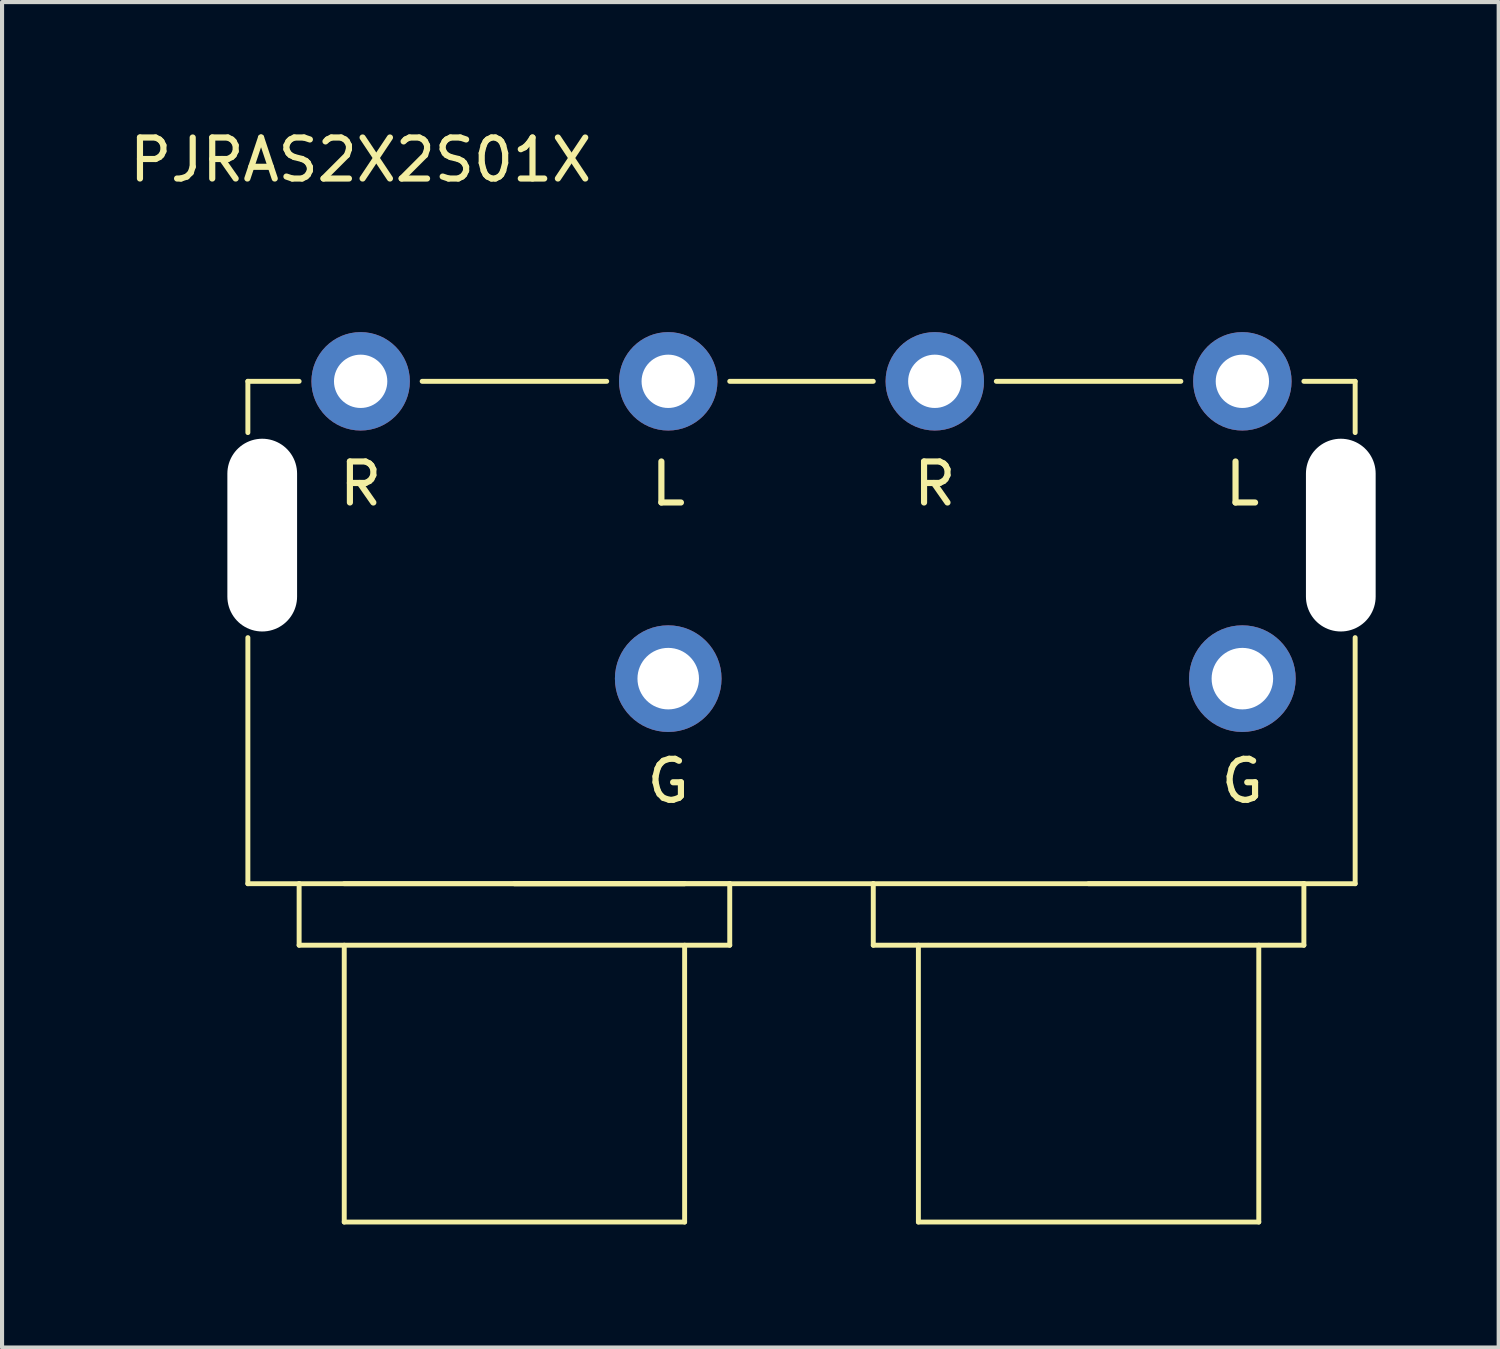
<source format=kicad_pcb>
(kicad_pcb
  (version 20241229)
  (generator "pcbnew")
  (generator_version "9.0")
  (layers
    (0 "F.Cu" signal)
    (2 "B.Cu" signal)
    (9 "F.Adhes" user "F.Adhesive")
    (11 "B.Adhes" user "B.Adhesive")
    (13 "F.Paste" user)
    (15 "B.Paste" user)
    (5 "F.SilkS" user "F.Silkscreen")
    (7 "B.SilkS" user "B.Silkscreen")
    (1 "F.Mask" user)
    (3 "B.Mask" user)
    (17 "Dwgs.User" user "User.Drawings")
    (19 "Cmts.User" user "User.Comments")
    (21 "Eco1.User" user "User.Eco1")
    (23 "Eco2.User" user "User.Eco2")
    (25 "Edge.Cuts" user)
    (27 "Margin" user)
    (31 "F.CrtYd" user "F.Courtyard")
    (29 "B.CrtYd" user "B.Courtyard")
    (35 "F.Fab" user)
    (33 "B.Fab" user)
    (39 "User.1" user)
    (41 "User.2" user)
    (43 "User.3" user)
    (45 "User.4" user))
  (footprint "PJRAS2X2S01X"
    (layer "F.Cu")
    (at 5.744 6.248)
    (property "Reference" "PJRAS2X2S01X" (at 0 -5.4 0) (layer "F.SilkS") (effects (font (size 1 1) (thickness 0.15))))
    (attr through_hole)
    (fp_line (start -2.75 1.25) (end -2.75 0) (stroke (width 0.12) (type solid)) (layer "F.SilkS"))
    (fp_line (start -2.75 6.25) (end -2.75 12.25) (stroke (width 0.12) (type solid)) (layer "F.SilkS"))
    (fp_line (start -2.75 12.25) (end -1.5 12.25) (stroke (width 0.12) (type solid)) (layer "F.SilkS"))
    (fp_line (start -1.5 0) (end -2.75 0) (stroke (width 0.12) (type solid)) (layer "F.SilkS"))
    (fp_line (start -1.5 12.25) (end -1.5 13.75) (stroke (width 0.12) (type solid)) (layer "F.SilkS"))
    (fp_line (start -0.4 13.75) (end -0.4 20.5) (stroke (width 0.12) (type solid)) (layer "F.SilkS"))
    (fp_line (start 1.5 0) (end 6 0) (stroke (width 0.12) (type solid)) (layer "F.SilkS"))
    (fp_line (start 3.75 12.25) (end 7.9 12.25) (stroke (width 0.12) (type solid)) (layer "F.SilkS"))
    (fp_line (start 3.75 12.25) (end 9 12.25) (stroke (width 0.12) (type solid)) (layer "F.SilkS"))
    (fp_line (start 7.9 12.25) (end -0.4 12.25) (stroke (width 0.12) (type solid)) (layer "F.SilkS"))
    (fp_line (start 7.9 13.75) (end 7.9 20.5) (stroke (width 0.12) (type solid)) (layer "F.SilkS"))
    (fp_line (start 7.9 20.5) (end -0.4 20.5) (stroke (width 0.12) (type solid)) (layer "F.SilkS"))
    (fp_line (start 9 0) (end 12.5 0) (stroke (width 0.12) (type solid)) (layer "F.SilkS"))
    (fp_line (start 9 12.25) (end -1.5 12.25) (stroke (width 0.12) (type solid)) (layer "F.SilkS"))
    (fp_line (start 9 12.25) (end 9 13.75) (stroke (width 0.12) (type solid)) (layer "F.SilkS"))
    (fp_line (start 9 13.75) (end -1.5 13.75) (stroke (width 0.12) (type solid)) (layer "F.SilkS"))
    (fp_line (start 12.5 12.25) (end 9 12.25) (stroke (width 0.12) (type solid)) (layer "F.SilkS"))
    (fp_line (start 12.5 12.25) (end 12.5 13.75) (stroke (width 0.12) (type solid)) (layer "F.SilkS"))
    (fp_line (start 12.5 13.75) (end 23 13.75) (stroke (width 0.12) (type solid)) (layer "F.SilkS"))
    (fp_line (start 13.6 13.75) (end 13.6 20.5) (stroke (width 0.12) (type solid)) (layer "F.SilkS"))
    (fp_line (start 13.6 20.5) (end 21.9 20.5) (stroke (width 0.12) (type solid)) (layer "F.SilkS"))
    (fp_line (start 15.5 0) (end 20 0) (stroke (width 0.12) (type solid)) (layer "F.SilkS"))
    (fp_line (start 17.75 12.25) (end 23 12.25) (stroke (width 0.12) (type solid)) (layer "F.SilkS"))
    (fp_line (start 21.9 20.5) (end 21.9 13.75) (stroke (width 0.12) (type solid)) (layer "F.SilkS"))
    (fp_line (start 23 0) (end 24.25 0) (stroke (width 0.12) (type solid)) (layer "F.SilkS"))
    (fp_line (start 23 12.25) (end 12.5 12.25) (stroke (width 0.12) (type solid)) (layer "F.SilkS"))
    (fp_line (start 23 12.25) (end 23 13.75) (stroke (width 0.12) (type solid)) (layer "F.SilkS"))
    (fp_line (start 24.25 1.25) (end 24.25 0) (stroke (width 0.12) (type solid)) (layer "F.SilkS"))
    (fp_line (start 24.25 6.25) (end 24.25 12.25) (stroke (width 0.12) (type solid)) (layer "F.SilkS"))
    (fp_line (start 24.25 12.25) (end 23 12.25) (stroke (width 0.12) (type solid)) (layer "F.SilkS"))
    (fp_text user "R" (at 14 2.5 0) (layer "F.SilkS") (effects (font (size 1 1) (thickness 0.15))))
    (fp_text user "G" (at 21.5 9.75 0) (layer "F.SilkS") (effects (font (size 1 1) (thickness 0.15))))
    (fp_text user "L" (at 7.5 2.5 0) (layer "F.SilkS") (effects (font (size 1 1) (thickness 0.15))))
    (fp_text user "G" (at 7.5 9.75 0) (layer "F.SilkS") (effects (font (size 1 1) (thickness 0.15))))
    (fp_text user "R" (at 0 2.5 0) (layer "F.SilkS") (effects (font (size 1 1) (thickness 0.15))))
    (fp_text user "L" (at 21.5 2.5 0) (layer "F.SilkS") (effects (font (size 1 1) (thickness 0.15))))
    (pad "" np_thru_hole oval (at -2.4 3.75) (size 1.7 4.7) (drill oval 1.7 4.7) (layers "*.Cu" "*.Mask"))
    (pad "" np_thru_hole oval (at 23.9 3.75) (size 1.7 4.7) (drill oval 1.7 4.7) (layers "*.Cu" "*.Mask"))
    (pad "1" thru_hole circle (at 0 0) (size 2.4 2.4) (drill 1.3) (layers "*.Cu" "*.Mask"))
    (pad "2" thru_hole circle (at 7.5 7.25) (size 2.6 2.6) (drill 1.5) (layers "*.Cu" "*.Mask"))
    (pad "3" thru_hole circle (at 7.5 0) (size 2.4 2.4) (drill 1.3) (layers "*.Cu" "*.Mask"))
    (pad "4" thru_hole circle (at 14 0) (size 2.4 2.4) (drill 1.3) (layers "*.Cu" "*.Mask"))
    (pad "5" thru_hole circle (at 21.5 7.25) (size 2.6 2.6) (drill 1.5) (layers "*.Cu" "*.Mask"))
    (pad "6" thru_hole circle (at 21.5 0) (size 2.4 2.4) (drill 1.3) (layers "*.Cu" "*.Mask")))
  (gr_rect
    (start -3 -3)
    (end 33.494 29.808)
    (stroke (width 0.1) (type default))
    (fill no)
    (layer "Edge.Cuts")))
</source>
